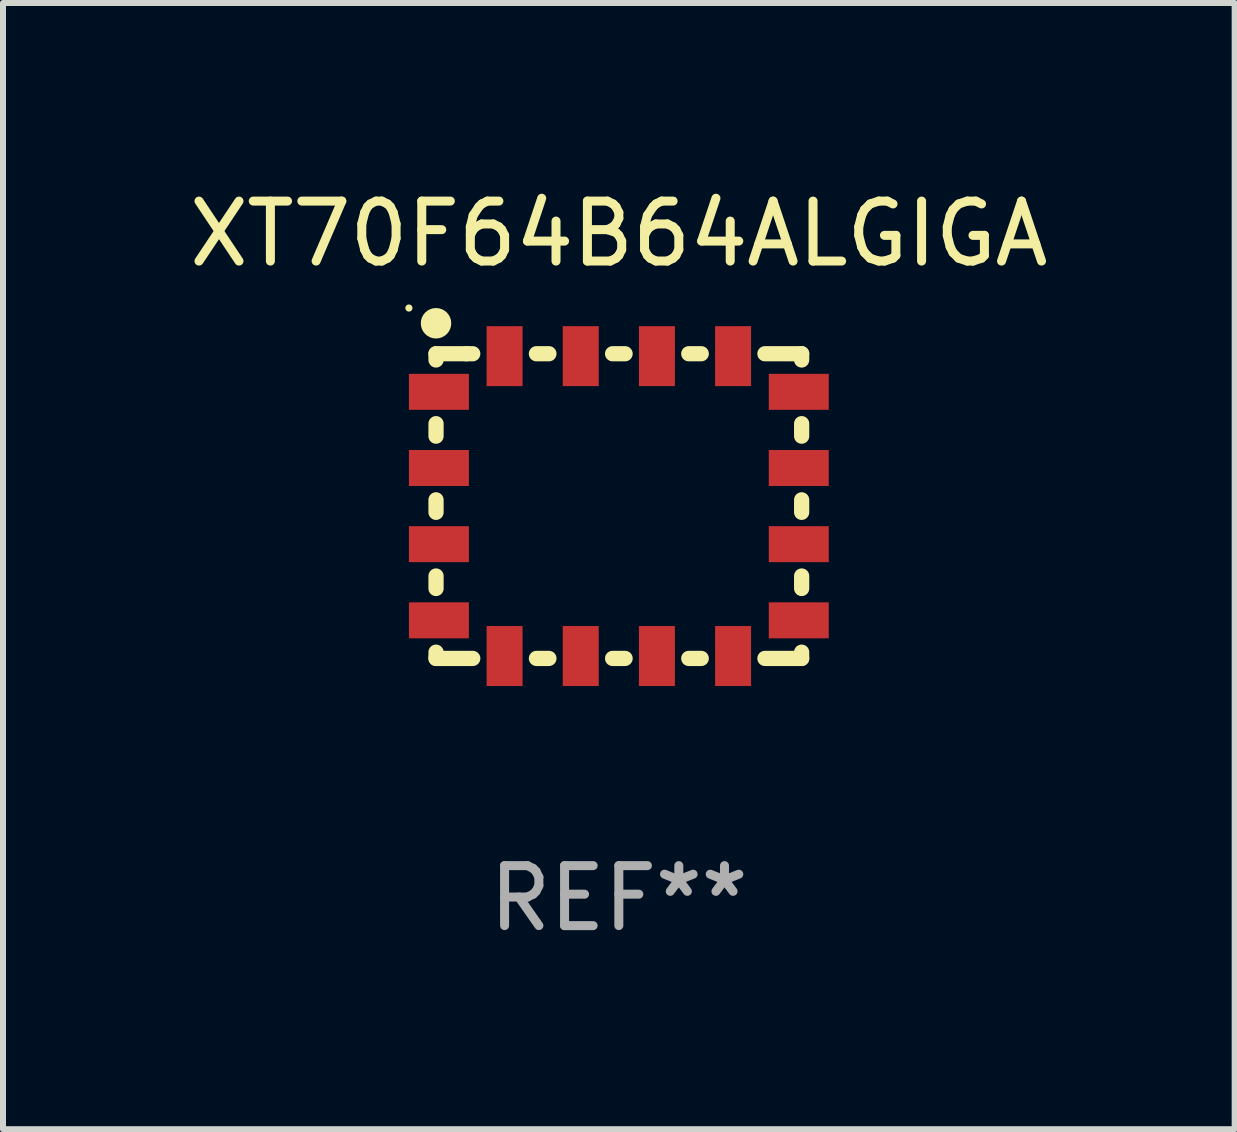
<source format=kicad_pcb>
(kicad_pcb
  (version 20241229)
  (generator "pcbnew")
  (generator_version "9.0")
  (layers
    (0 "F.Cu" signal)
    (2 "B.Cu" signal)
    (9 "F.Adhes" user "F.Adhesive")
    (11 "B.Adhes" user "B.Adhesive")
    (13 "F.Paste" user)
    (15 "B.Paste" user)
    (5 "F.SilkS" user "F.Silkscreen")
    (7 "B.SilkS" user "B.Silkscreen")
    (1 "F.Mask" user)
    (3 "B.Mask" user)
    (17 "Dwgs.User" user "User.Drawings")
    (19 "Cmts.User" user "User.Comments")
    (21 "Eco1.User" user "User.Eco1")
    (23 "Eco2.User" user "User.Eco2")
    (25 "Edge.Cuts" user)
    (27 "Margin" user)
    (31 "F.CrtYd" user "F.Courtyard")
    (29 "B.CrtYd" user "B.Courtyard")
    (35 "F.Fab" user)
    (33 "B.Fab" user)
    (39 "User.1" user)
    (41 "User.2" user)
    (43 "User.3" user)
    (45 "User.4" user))
  (footprint "XT70F64B64ALGIGA"
    (layer "F.Cu")
    (at 7.268 5.388)
    (property "Reference" "XT70F64B64ALGIGA" (at 0 -4.54 0) (layer "F.SilkS") (effects (font (size 1 1) (thickness 0.15))))
    (attr through_hole)
    (fp_line (start -3.048 -2.54) (end -3.048 -2.436) (stroke (width 0.254) (type solid)) (layer "F.SilkS"))
    (fp_line (start -3.048 -1.374) (end -3.048 -1.166) (stroke (width 0.254) (type solid)) (layer "F.SilkS"))
    (fp_line (start -3.048 -0.104) (end -3.048 0.104) (stroke (width 0.254) (type solid)) (layer "F.SilkS"))
    (fp_line (start -3.048 1.166) (end -3.048 1.374) (stroke (width 0.254) (type solid)) (layer "F.SilkS"))
    (fp_line (start -3.048 2.436) (end -3.048 2.54) (stroke (width 0.254) (type solid)) (layer "F.SilkS"))
    (fp_line (start -3.048 2.54) (end -2.436 2.54) (stroke (width 0.254) (type solid)) (layer "F.SilkS"))
    (fp_line (start -2.54 -2.54) (end -3.048 -2.54) (stroke (width 0.254) (type solid)) (layer "F.SilkS"))
    (fp_line (start -2.436 -2.54) (end -2.54 -2.54) (stroke (width 0.254) (type solid)) (layer "F.SilkS"))
    (fp_line (start -1.374 2.54) (end -1.166 2.54) (stroke (width 0.254) (type solid)) (layer "F.SilkS"))
    (fp_line (start -1.166 -2.54) (end -1.374 -2.54) (stroke (width 0.254) (type solid)) (layer "F.SilkS"))
    (fp_line (start -0.104 2.54) (end 0.104 2.54) (stroke (width 0.254) (type solid)) (layer "F.SilkS"))
    (fp_line (start 0.104 -2.54) (end -0.104 -2.54) (stroke (width 0.254) (type solid)) (layer "F.SilkS"))
    (fp_line (start 1.166 2.54) (end 1.374 2.54) (stroke (width 0.254) (type solid)) (layer "F.SilkS"))
    (fp_line (start 1.374 -2.54) (end 1.166 -2.54) (stroke (width 0.254) (type solid)) (layer "F.SilkS"))
    (fp_line (start 2.436 2.54) (end 3.048 2.54) (stroke (width 0.254) (type solid)) (layer "F.SilkS"))
    (fp_line (start 3.048 -2.54) (end 2.436 -2.54) (stroke (width 0.254) (type solid)) (layer "F.SilkS"))
    (fp_line (start 3.048 -2.436) (end 3.048 -2.54) (stroke (width 0.254) (type solid)) (layer "F.SilkS"))
    (fp_line (start 3.048 -1.166) (end 3.048 -1.374) (stroke (width 0.254) (type solid)) (layer "F.SilkS"))
    (fp_line (start 3.048 0.104) (end 3.048 -0.104) (stroke (width 0.254) (type solid)) (layer "F.SilkS"))
    (fp_line (start 3.048 1.374) (end 3.048 1.166) (stroke (width 0.254) (type solid)) (layer "F.SilkS"))
    (fp_line (start 3.048 2.54) (end 3.048 2.436) (stroke (width 0.254) (type solid)) (layer "F.SilkS"))
    (fp_circle (center -3.5 -3.302) (end -3.47 -3.302) (stroke (width 0.06) (type solid)) (fill no) (layer "F.SilkS"))
    (fp_circle (center -3.048 -3.048) (end -2.921 -3.048) (stroke (width 0.254) (type solid)) (fill no) (layer "F.SilkS"))
    (fp_text user "REF**" (at 0 6.54 0) (layer "F.Fab") (effects (font (size 1 1) (thickness 0.15))))
    (pad "1" smd rect (at -3 -1.905) (size 1 0.6) (layers "F.Cu" "F.Mask" "F.Paste"))
    (pad "2" smd rect (at -3 -0.635) (size 1 0.6) (layers "F.Cu" "F.Mask" "F.Paste"))
    (pad "3" smd rect (at -3 0.635) (size 1 0.6) (layers "F.Cu" "F.Mask" "F.Paste"))
    (pad "4" smd rect (at -3 1.905) (size 1 0.6) (layers "F.Cu" "F.Mask" "F.Paste"))
    (pad "5" smd rect (at -1.905 2.5 90) (size 1 0.6) (layers "F.Cu" "F.Mask" "F.Paste"))
    (pad "6" smd rect (at -0.635 2.5 90) (size 1 0.6) (layers "F.Cu" "F.Mask" "F.Paste"))
    (pad "7" smd rect (at 0.635 2.5 90) (size 1 0.6) (layers "F.Cu" "F.Mask" "F.Paste"))
    (pad "8" smd rect (at 1.905 2.5 90) (size 1 0.6) (layers "F.Cu" "F.Mask" "F.Paste"))
    (pad "9" smd rect (at 3 1.905 180) (size 1 0.6) (layers "F.Cu" "F.Mask" "F.Paste"))
    (pad "10" smd rect (at 3 0.635 180) (size 1 0.6) (layers "F.Cu" "F.Mask" "F.Paste"))
    (pad "11" smd rect (at 3 -0.635 180) (size 1 0.6) (layers "F.Cu" "F.Mask" "F.Paste"))
    (pad "12" smd rect (at 3 -1.905 180) (size 1 0.6) (layers "F.Cu" "F.Mask" "F.Paste"))
    (pad "13" smd rect (at 1.905 -2.5 270) (size 1 0.6) (layers "F.Cu" "F.Mask" "F.Paste"))
    (pad "14" smd rect (at 0.635 -2.5 270) (size 1 0.6) (layers "F.Cu" "F.Mask" "F.Paste"))
    (pad "15" smd rect (at -0.635 -2.5 270) (size 1 0.6) (layers "F.Cu" "F.Mask" "F.Paste"))
    (pad "16" smd rect (at -1.905 -2.5 270) (size 1 0.6) (layers "F.Cu" "F.Mask" "F.Paste")))
  (gr_rect
    (start -3 -3)
    (end 17.536 15.777)
    (stroke (width 0.1) (type default))
    (fill no)
    (layer "Edge.Cuts")))
</source>
